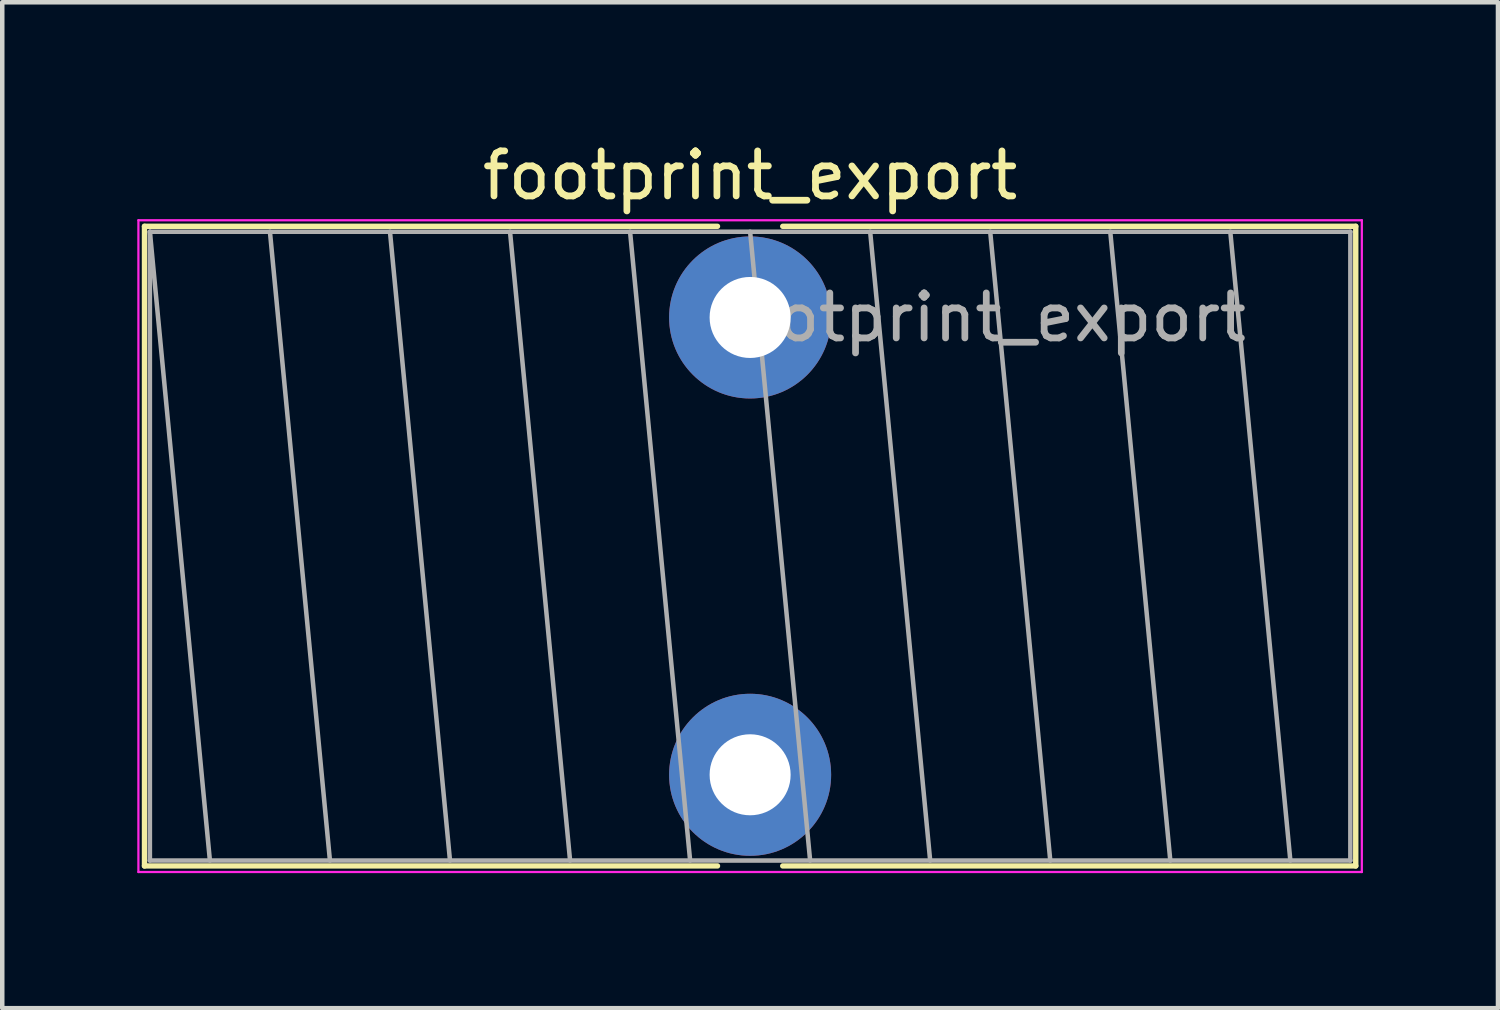
<source format=kicad_pcb>
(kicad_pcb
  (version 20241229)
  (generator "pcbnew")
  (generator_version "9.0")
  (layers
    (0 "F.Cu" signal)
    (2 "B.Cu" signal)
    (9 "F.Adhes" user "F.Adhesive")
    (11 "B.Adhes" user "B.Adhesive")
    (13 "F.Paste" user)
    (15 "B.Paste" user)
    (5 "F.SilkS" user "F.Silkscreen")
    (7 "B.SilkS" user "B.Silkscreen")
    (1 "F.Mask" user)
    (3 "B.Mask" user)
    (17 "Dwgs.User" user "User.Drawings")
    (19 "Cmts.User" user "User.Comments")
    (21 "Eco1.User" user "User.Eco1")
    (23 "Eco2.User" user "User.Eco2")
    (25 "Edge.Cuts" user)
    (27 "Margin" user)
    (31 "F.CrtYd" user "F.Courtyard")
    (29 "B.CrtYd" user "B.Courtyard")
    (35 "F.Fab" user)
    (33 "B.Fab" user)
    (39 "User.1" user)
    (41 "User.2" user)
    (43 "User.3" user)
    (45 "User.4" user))
  (footprint "footprint_export"
    (layer "F.Cu")
    (at 13.615 4.003)
    (property "Reference" "footprint_export" (at 0 -3.155 0) (layer "F.SilkS") (effects (font (size 1 1) (thickness 0.15))))
    (attr through_hole)
    (fp_line (start -13.455 -2.025) (end -13.455 12.185) (stroke (width 0.12) (type solid)) (layer "F.SilkS"))
    (fp_line (start -13.455 -2.025) (end -0.725 -2.025) (stroke (width 0.12) (type solid)) (layer "F.SilkS"))
    (fp_line (start -13.455 12.185) (end -0.725 12.185) (stroke (width 0.12) (type solid)) (layer "F.SilkS"))
    (fp_line (start 0.725 -2.025) (end 13.455 -2.025) (stroke (width 0.12) (type solid)) (layer "F.SilkS"))
    (fp_line (start 0.725 12.185) (end 13.455 12.185) (stroke (width 0.12) (type solid)) (layer "F.SilkS"))
    (fp_line (start 13.455 -2.025) (end 13.455 12.185) (stroke (width 0.12) (type solid)) (layer "F.SilkS"))
    (fp_line (start -13.59 -2.16) (end -13.59 12.32) (stroke (width 0.05) (type solid)) (layer "F.CrtYd"))
    (fp_line (start -13.59 12.32) (end 13.59 12.32) (stroke (width 0.05) (type solid)) (layer "F.CrtYd"))
    (fp_line (start 13.59 -2.16) (end -13.59 -2.16) (stroke (width 0.05) (type solid)) (layer "F.CrtYd"))
    (fp_line (start 13.59 12.32) (end 13.59 -2.16) (stroke (width 0.05) (type solid)) (layer "F.CrtYd"))
    (fp_line (start -13.335 -1.905) (end -13.335 12.065) (stroke (width 0.1) (type solid)) (layer "F.Fab"))
    (fp_line (start -13.335 -1.905) (end -12.002 12.065) (stroke (width 0.1) (type solid)) (layer "F.Fab"))
    (fp_line (start -13.335 12.065) (end 13.335 12.065) (stroke (width 0.1) (type solid)) (layer "F.Fab"))
    (fp_line (start -10.668 -1.905) (end -9.335 12.065) (stroke (width 0.1) (type solid)) (layer "F.Fab"))
    (fp_line (start -8.001 -1.905) (end -6.668 12.065) (stroke (width 0.1) (type solid)) (layer "F.Fab"))
    (fp_line (start -5.334 -1.905) (end -4 12.065) (stroke (width 0.1) (type solid)) (layer "F.Fab"))
    (fp_line (start -2.667 -1.905) (end -1.333 12.065) (stroke (width 0.1) (type solid)) (layer "F.Fab"))
    (fp_line (start 0 -1.905) (end 1.333 12.065) (stroke (width 0.1) (type solid)) (layer "F.Fab"))
    (fp_line (start 2.667 -1.905) (end 4 12.065) (stroke (width 0.1) (type solid)) (layer "F.Fab"))
    (fp_line (start 5.334 -1.905) (end 6.668 12.065) (stroke (width 0.1) (type solid)) (layer "F.Fab"))
    (fp_line (start 8.001 -1.905) (end 9.335 12.065) (stroke (width 0.1) (type solid)) (layer "F.Fab"))
    (fp_line (start 10.668 -1.905) (end 12.002 12.065) (stroke (width 0.1) (type solid)) (layer "F.Fab"))
    (fp_line (start 13.335 -1.905) (end -13.335 -1.905) (stroke (width 0.1) (type solid)) (layer "F.Fab"))
    (fp_line (start 13.335 12.065) (end 13.335 -1.905) (stroke (width 0.1) (type solid)) (layer "F.Fab"))
    (fp_text user "${REFERENCE}" (at 5.08 0 0) (layer "F.Fab") (effects (font (size 1 1) (thickness 0.15))))
    (pad "1" thru_hole circle (at 0 0) (size 3.6 3.6) (drill 1.8) (layers "*.Cu" "*.Mask"))
    (pad "2" thru_hole circle (at 0 10.16) (size 3.6 3.6) (drill 1.8) (layers "*.Cu" "*.Mask")))
  (gr_rect
    (start -3 -3)
    (end 30.23 19.348)
    (stroke (width 0.1) (type default))
    (fill no)
    (layer "Edge.Cuts")))
</source>
